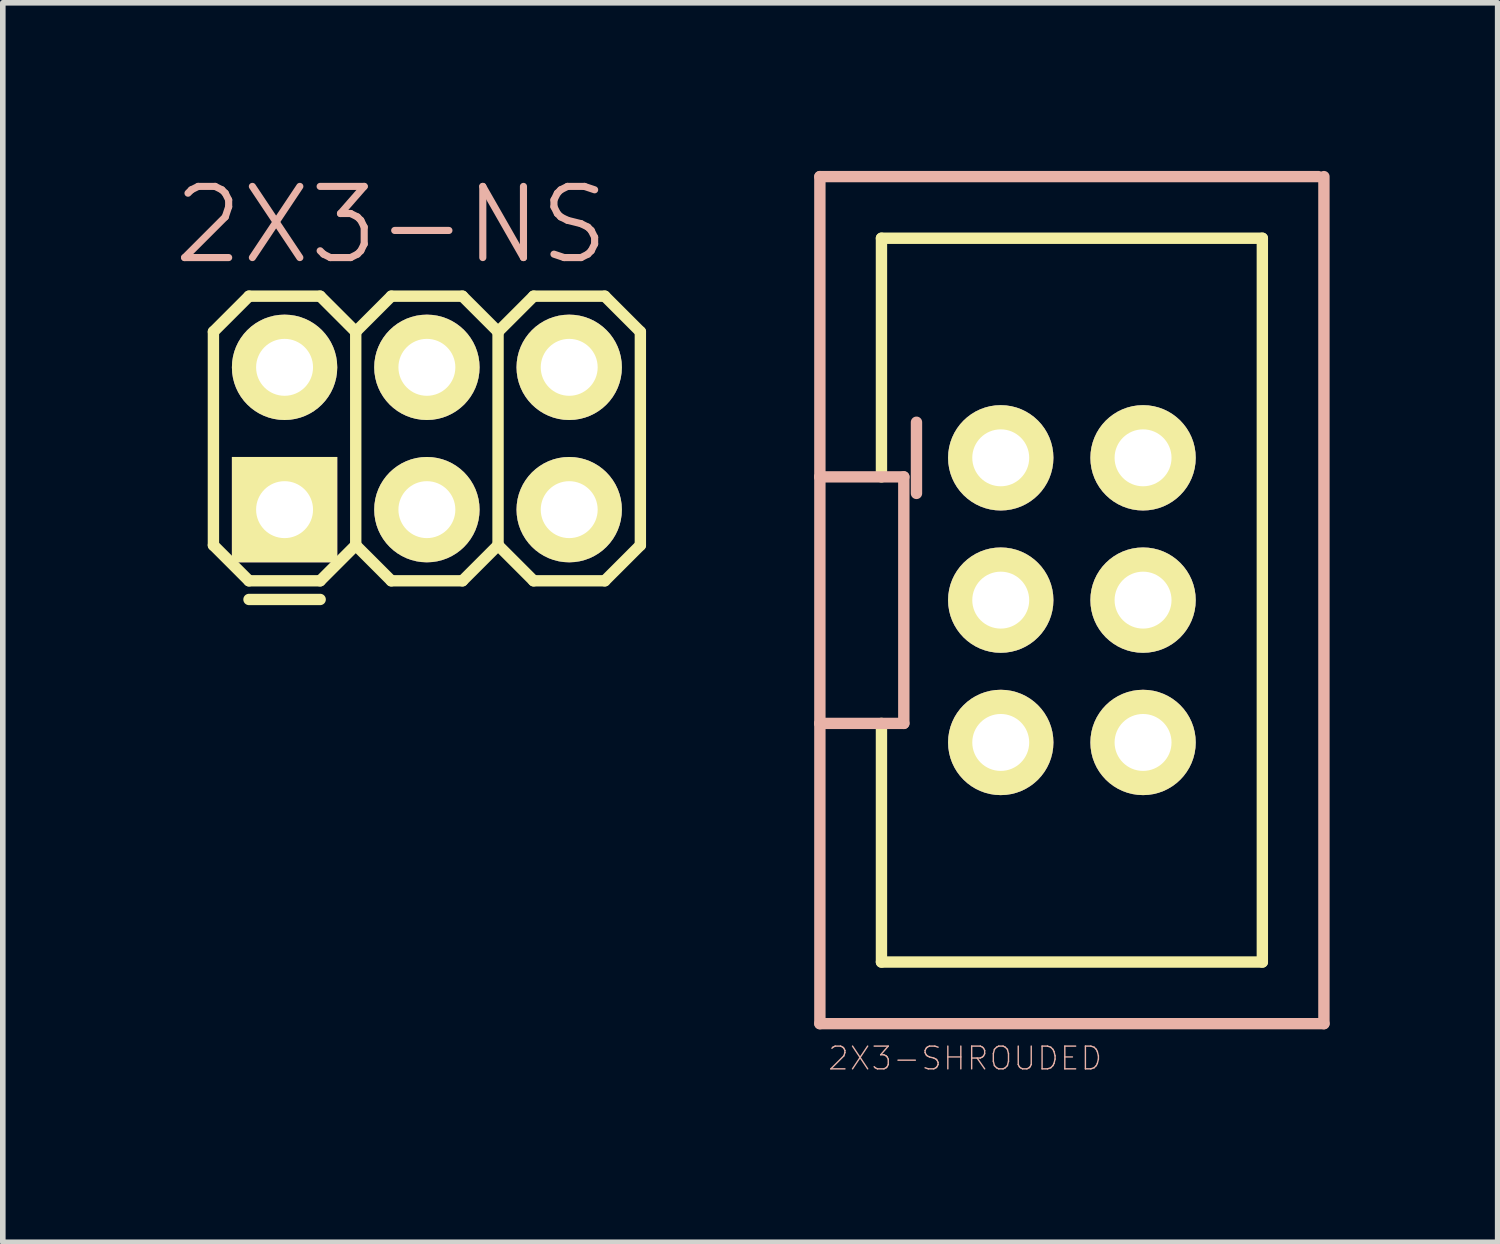
<source format=kicad_pcb>
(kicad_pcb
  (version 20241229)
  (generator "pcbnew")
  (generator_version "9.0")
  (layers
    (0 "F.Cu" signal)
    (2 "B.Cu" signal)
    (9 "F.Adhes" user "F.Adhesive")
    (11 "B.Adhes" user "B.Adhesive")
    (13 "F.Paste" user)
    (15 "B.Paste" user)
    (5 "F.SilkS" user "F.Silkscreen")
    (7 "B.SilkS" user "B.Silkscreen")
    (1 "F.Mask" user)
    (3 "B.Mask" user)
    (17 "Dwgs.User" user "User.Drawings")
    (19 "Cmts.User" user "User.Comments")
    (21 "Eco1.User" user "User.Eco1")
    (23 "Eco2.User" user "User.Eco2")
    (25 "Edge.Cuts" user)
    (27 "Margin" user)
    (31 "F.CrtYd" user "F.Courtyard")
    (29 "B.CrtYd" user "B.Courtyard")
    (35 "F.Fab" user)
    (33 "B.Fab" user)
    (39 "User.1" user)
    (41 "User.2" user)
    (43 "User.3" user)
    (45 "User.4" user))
  (footprint "2X3-NS"
    (layer "F.Cu")
    (at 4.569 4.776)
    (property "Reference" "2X3-NS" (at -0.635 -3.81 0) (layer "B.SilkS") (effects (font (size 1.27 1.27) (thickness 0.127))))
    (attr exclude_from_pos_files exclude_from_bom)
    (fp_line (start -3.81 -1.905) (end -3.175 -2.54) (stroke (width 0.203) (type solid)) (layer "F.SilkS"))
    (fp_line (start -3.81 1.905) (end -3.81 -1.905) (stroke (width 0.203) (type solid)) (layer "F.SilkS"))
    (fp_line (start -3.81 1.905) (end -3.175 2.54) (stroke (width 0.203) (type solid)) (layer "F.SilkS"))
    (fp_line (start -3.175 -2.54) (end -1.905 -2.54) (stroke (width 0.203) (type solid)) (layer "F.SilkS"))
    (fp_line (start -3.175 2.54) (end -1.905 2.54) (stroke (width 0.203) (type solid)) (layer "F.SilkS"))
    (fp_line (start -2.794 -1.524) (end -2.286 -1.524) (stroke (width 0.066) (type solid)) (layer "F.SilkS"))
    (fp_line (start -2.794 -1.016) (end -2.794 -1.524) (stroke (width 0.066) (type solid)) (layer "F.SilkS"))
    (fp_line (start -2.794 -1.016) (end -2.286 -1.016) (stroke (width 0.066) (type solid)) (layer "F.SilkS"))
    (fp_line (start -2.794 1.016) (end -2.286 1.016) (stroke (width 0.066) (type solid)) (layer "F.SilkS"))
    (fp_line (start -2.794 1.524) (end -2.794 1.016) (stroke (width 0.066) (type solid)) (layer "F.SilkS"))
    (fp_line (start -2.794 1.524) (end -2.286 1.524) (stroke (width 0.066) (type solid)) (layer "F.SilkS"))
    (fp_line (start -2.286 -1.016) (end -2.286 -1.524) (stroke (width 0.066) (type solid)) (layer "F.SilkS"))
    (fp_line (start -2.286 1.524) (end -2.286 1.016) (stroke (width 0.066) (type solid)) (layer "F.SilkS"))
    (fp_line (start -1.905 -2.54) (end -1.27 -1.905) (stroke (width 0.203) (type solid)) (layer "F.SilkS"))
    (fp_line (start -1.905 2.54) (end -1.27 1.905) (stroke (width 0.203) (type solid)) (layer "F.SilkS"))
    (fp_line (start -1.905 2.873) (end -3.175 2.873) (stroke (width 0.203) (type solid)) (layer "F.SilkS"))
    (fp_line (start -1.27 -1.905) (end -1.27 1.905) (stroke (width 0.203) (type solid)) (layer "F.SilkS"))
    (fp_line (start -1.27 -1.905) (end -0.635 -2.54) (stroke (width 0.203) (type solid)) (layer "F.SilkS"))
    (fp_line (start -1.27 1.905) (end -0.635 2.54) (stroke (width 0.203) (type solid)) (layer "F.SilkS"))
    (fp_line (start -0.635 -2.54) (end 0.635 -2.54) (stroke (width 0.203) (type solid)) (layer "F.SilkS"))
    (fp_line (start -0.635 2.54) (end 0.635 2.54) (stroke (width 0.203) (type solid)) (layer "F.SilkS"))
    (fp_line (start -0.254 -1.524) (end 0.254 -1.524) (stroke (width 0.066) (type solid)) (layer "F.SilkS"))
    (fp_line (start -0.254 -1.016) (end -0.254 -1.524) (stroke (width 0.066) (type solid)) (layer "F.SilkS"))
    (fp_line (start -0.254 -1.016) (end 0.254 -1.016) (stroke (width 0.066) (type solid)) (layer "F.SilkS"))
    (fp_line (start -0.254 1.016) (end 0.254 1.016) (stroke (width 0.066) (type solid)) (layer "F.SilkS"))
    (fp_line (start -0.254 1.524) (end -0.254 1.016) (stroke (width 0.066) (type solid)) (layer "F.SilkS"))
    (fp_line (start -0.254 1.524) (end 0.254 1.524) (stroke (width 0.066) (type solid)) (layer "F.SilkS"))
    (fp_line (start 0.254 -1.016) (end 0.254 -1.524) (stroke (width 0.066) (type solid)) (layer "F.SilkS"))
    (fp_line (start 0.254 1.524) (end 0.254 1.016) (stroke (width 0.066) (type solid)) (layer "F.SilkS"))
    (fp_line (start 0.635 -2.54) (end 1.27 -1.905) (stroke (width 0.203) (type solid)) (layer "F.SilkS"))
    (fp_line (start 0.635 2.54) (end 1.27 1.905) (stroke (width 0.203) (type solid)) (layer "F.SilkS"))
    (fp_line (start 1.27 -1.905) (end 1.27 1.905) (stroke (width 0.203) (type solid)) (layer "F.SilkS"))
    (fp_line (start 1.27 -1.905) (end 1.905 -2.54) (stroke (width 0.203) (type solid)) (layer "F.SilkS"))
    (fp_line (start 1.27 1.905) (end 1.905 2.54) (stroke (width 0.203) (type solid)) (layer "F.SilkS"))
    (fp_line (start 1.905 -2.54) (end 3.175 -2.54) (stroke (width 0.203) (type solid)) (layer "F.SilkS"))
    (fp_line (start 1.905 2.54) (end 3.175 2.54) (stroke (width 0.203) (type solid)) (layer "F.SilkS"))
    (fp_line (start 2.286 -1.524) (end 2.794 -1.524) (stroke (width 0.066) (type solid)) (layer "F.SilkS"))
    (fp_line (start 2.286 -1.016) (end 2.286 -1.524) (stroke (width 0.066) (type solid)) (layer "F.SilkS"))
    (fp_line (start 2.286 -1.016) (end 2.794 -1.016) (stroke (width 0.066) (type solid)) (layer "F.SilkS"))
    (fp_line (start 2.286 1.016) (end 2.794 1.016) (stroke (width 0.066) (type solid)) (layer "F.SilkS"))
    (fp_line (start 2.286 1.524) (end 2.286 1.016) (stroke (width 0.066) (type solid)) (layer "F.SilkS"))
    (fp_line (start 2.286 1.524) (end 2.794 1.524) (stroke (width 0.066) (type solid)) (layer "F.SilkS"))
    (fp_line (start 2.794 -1.016) (end 2.794 -1.524) (stroke (width 0.066) (type solid)) (layer "F.SilkS"))
    (fp_line (start 2.794 1.524) (end 2.794 1.016) (stroke (width 0.066) (type solid)) (layer "F.SilkS"))
    (fp_line (start 3.175 -2.54) (end 3.81 -1.905) (stroke (width 0.203) (type solid)) (layer "F.SilkS"))
    (fp_line (start 3.175 2.54) (end 3.81 1.905) (stroke (width 0.203) (type solid)) (layer "F.SilkS"))
    (fp_line (start 3.81 -1.905) (end 3.81 1.905) (stroke (width 0.203) (type solid)) (layer "F.SilkS"))
    (pad "1" thru_hole rect (at -2.54 1.27) (size 1.88 1.88) (drill 1.016) (layers "*.Cu" "F.Mask" "F.SilkS" "F.Paste"))
    (pad "2" thru_hole circle (at -2.54 -1.27) (size 1.88 1.88) (drill 1.016) (layers "*.Cu" "F.Mask" "F.SilkS" "F.Paste"))
    (pad "3" thru_hole circle (at 0 1.27) (size 1.88 1.88) (drill 1.016) (layers "*.Cu" "F.Mask" "F.SilkS" "F.Paste"))
    (pad "4" thru_hole circle (at 0 -1.27) (size 1.88 1.88) (drill 1.016) (layers "*.Cu" "F.Mask" "F.SilkS" "F.Paste"))
    (pad "5" thru_hole circle (at 2.54 1.27) (size 1.88 1.88) (drill 1.016) (layers "*.Cu" "F.Mask" "F.SilkS" "F.Paste"))
    (pad "6" thru_hole circle (at 2.54 -1.27) (size 1.88 1.88) (drill 1.016) (layers "*.Cu" "F.Mask" "F.SilkS" "F.Paste")))
  (footprint "2X3-SHROUDED"
    (layer "F.Cu")
    (at 16.081 7.661)
    (property "Reference" "2X3-SHROUDED" (at -1.905 8.179 0) (layer "B.SilkS") (effects (font (size 0.406 0.406) (thickness 0.025))))
    (attr exclude_from_pos_files exclude_from_bom)
    (fp_line (start -3.399 -6.459) (end -3.399 -2.2) (stroke (width 0.203) (type solid)) (layer "F.SilkS"))
    (fp_line (start -3.399 -6.459) (end 3.399 -6.459) (stroke (width 0.203) (type solid)) (layer "F.SilkS"))
    (fp_line (start -3.399 6.459) (end -3.399 2.2) (stroke (width 0.203) (type solid)) (layer "F.SilkS"))
    (fp_line (start -3.399 6.459) (end 3.399 6.459) (stroke (width 0.203) (type solid)) (layer "F.SilkS"))
    (fp_line (start -1.524 -2.794) (end -1.016 -2.794) (stroke (width 0.066) (type solid)) (layer "F.SilkS"))
    (fp_line (start -1.524 -2.286) (end -1.524 -2.794) (stroke (width 0.066) (type solid)) (layer "F.SilkS"))
    (fp_line (start -1.524 -2.286) (end -1.016 -2.286) (stroke (width 0.066) (type solid)) (layer "F.SilkS"))
    (fp_line (start -1.524 -0.254) (end -1.016 -0.254) (stroke (width 0.066) (type solid)) (layer "F.SilkS"))
    (fp_line (start -1.524 0.254) (end -1.524 -0.254) (stroke (width 0.066) (type solid)) (layer "F.SilkS"))
    (fp_line (start -1.524 0.254) (end -1.016 0.254) (stroke (width 0.066) (type solid)) (layer "F.SilkS"))
    (fp_line (start -1.524 2.286) (end -1.016 2.286) (stroke (width 0.066) (type solid)) (layer "F.SilkS"))
    (fp_line (start -1.524 2.286) (end -1.016 2.286) (stroke (width 0.066) (type solid)) (layer "F.SilkS"))
    (fp_line (start -1.524 2.794) (end -1.524 2.286) (stroke (width 0.066) (type solid)) (layer "F.SilkS"))
    (fp_line (start -1.524 2.794) (end -1.524 2.286) (stroke (width 0.066) (type solid)) (layer "F.SilkS"))
    (fp_line (start -1.524 2.794) (end -1.016 2.794) (stroke (width 0.066) (type solid)) (layer "F.SilkS"))
    (fp_line (start -1.524 2.794) (end -1.016 2.794) (stroke (width 0.066) (type solid)) (layer "F.SilkS"))
    (fp_line (start -1.016 -2.286) (end -1.016 -2.794) (stroke (width 0.066) (type solid)) (layer "F.SilkS"))
    (fp_line (start -1.016 0.254) (end -1.016 -0.254) (stroke (width 0.066) (type solid)) (layer "F.SilkS"))
    (fp_line (start -1.016 2.794) (end -1.016 2.286) (stroke (width 0.066) (type solid)) (layer "F.SilkS"))
    (fp_line (start -1.016 2.794) (end -1.016 2.286) (stroke (width 0.066) (type solid)) (layer "F.SilkS"))
    (fp_line (start 1.016 -2.794) (end 1.524 -2.794) (stroke (width 0.066) (type solid)) (layer "F.SilkS"))
    (fp_line (start 1.016 -2.286) (end 1.016 -2.794) (stroke (width 0.066) (type solid)) (layer "F.SilkS"))
    (fp_line (start 1.016 -2.286) (end 1.524 -2.286) (stroke (width 0.066) (type solid)) (layer "F.SilkS"))
    (fp_line (start 1.016 -0.254) (end 1.524 -0.254) (stroke (width 0.066) (type solid)) (layer "F.SilkS"))
    (fp_line (start 1.016 0.254) (end 1.016 -0.254) (stroke (width 0.066) (type solid)) (layer "F.SilkS"))
    (fp_line (start 1.016 0.254) (end 1.524 0.254) (stroke (width 0.066) (type solid)) (layer "F.SilkS"))
    (fp_line (start 1.016 2.286) (end 1.524 2.286) (stroke (width 0.066) (type solid)) (layer "F.SilkS"))
    (fp_line (start 1.016 2.286) (end 1.524 2.286) (stroke (width 0.066) (type solid)) (layer "F.SilkS"))
    (fp_line (start 1.016 2.794) (end 1.016 2.286) (stroke (width 0.066) (type solid)) (layer "F.SilkS"))
    (fp_line (start 1.016 2.794) (end 1.016 2.286) (stroke (width 0.066) (type solid)) (layer "F.SilkS"))
    (fp_line (start 1.016 2.794) (end 1.524 2.794) (stroke (width 0.066) (type solid)) (layer "F.SilkS"))
    (fp_line (start 1.016 2.794) (end 1.524 2.794) (stroke (width 0.066) (type solid)) (layer "F.SilkS"))
    (fp_line (start 1.524 -2.286) (end 1.524 -2.794) (stroke (width 0.066) (type solid)) (layer "F.SilkS"))
    (fp_line (start 1.524 0.254) (end 1.524 -0.254) (stroke (width 0.066) (type solid)) (layer "F.SilkS"))
    (fp_line (start 1.524 2.794) (end 1.524 2.286) (stroke (width 0.066) (type solid)) (layer "F.SilkS"))
    (fp_line (start 1.524 2.794) (end 1.524 2.286) (stroke (width 0.066) (type solid)) (layer "F.SilkS"))
    (fp_line (start 3.399 -6.459) (end 3.399 6.459) (stroke (width 0.203) (type solid)) (layer "F.SilkS"))
    (fp_line (start -4.498 -7.559) (end 4.399 -7.559) (stroke (width 0.203) (type solid)) (layer "B.SilkS"))
    (fp_line (start -4.498 -2.2) (end -4.498 -7.559) (stroke (width 0.203) (type solid)) (layer "B.SilkS"))
    (fp_line (start -4.498 -2.2) (end -3 -2.2) (stroke (width 0.203) (type solid)) (layer "B.SilkS"))
    (fp_line (start -4.498 2.2) (end -4.498 -2.2) (stroke (width 0.203) (type solid)) (layer "B.SilkS"))
    (fp_line (start -4.498 7.559) (end -4.498 2.2) (stroke (width 0.203) (type solid)) (layer "B.SilkS"))
    (fp_line (start -3 -2.2) (end -3 2.2) (stroke (width 0.203) (type solid)) (layer "B.SilkS"))
    (fp_line (start -3 2.2) (end -4.498 2.2) (stroke (width 0.203) (type solid)) (layer "B.SilkS"))
    (fp_line (start -2.774 -3.175) (end -2.774 -1.905) (stroke (width 0.203) (type solid)) (layer "B.SilkS"))
    (fp_line (start 4.498 -7.559) (end 4.498 7.559) (stroke (width 0.203) (type solid)) (layer "B.SilkS"))
    (fp_line (start 4.498 7.559) (end -4.498 7.559) (stroke (width 0.203) (type solid)) (layer "B.SilkS"))
    (pad "1" thru_hole circle (at -1.27 -2.54) (size 1.88 1.88) (drill 1.016) (layers "*.Cu" "F.Mask" "F.SilkS" "F.Paste"))
    (pad "2" thru_hole circle (at 1.27 -2.54) (size 1.88 1.88) (drill 1.016) (layers "*.Cu" "F.Mask" "F.SilkS" "F.Paste"))
    (pad "3" thru_hole circle (at -1.27 0) (size 1.88 1.88) (drill 1.016) (layers "*.Cu" "F.Mask" "F.SilkS" "F.Paste"))
    (pad "4" thru_hole circle (at 1.27 0) (size 1.88 1.88) (drill 1.016) (layers "*.Cu" "F.Mask" "F.SilkS" "F.Paste"))
    (pad "5" thru_hole circle (at -1.27 2.54) (size 1.88 1.88) (drill 1.016) (layers "*.Cu" "F.Mask" "F.SilkS" "F.Paste"))
    (pad "6" thru_hole circle (at 1.27 2.54) (size 1.88 1.88) (drill 1.016) (layers "*.Cu" "F.Mask" "F.SilkS" "F.Paste")))
  (gr_rect
    (start -3 -3)
    (end 23.68 19.122)
    (stroke (width 0.1) (type default))
    (fill no)
    (layer "Edge.Cuts")))
</source>
